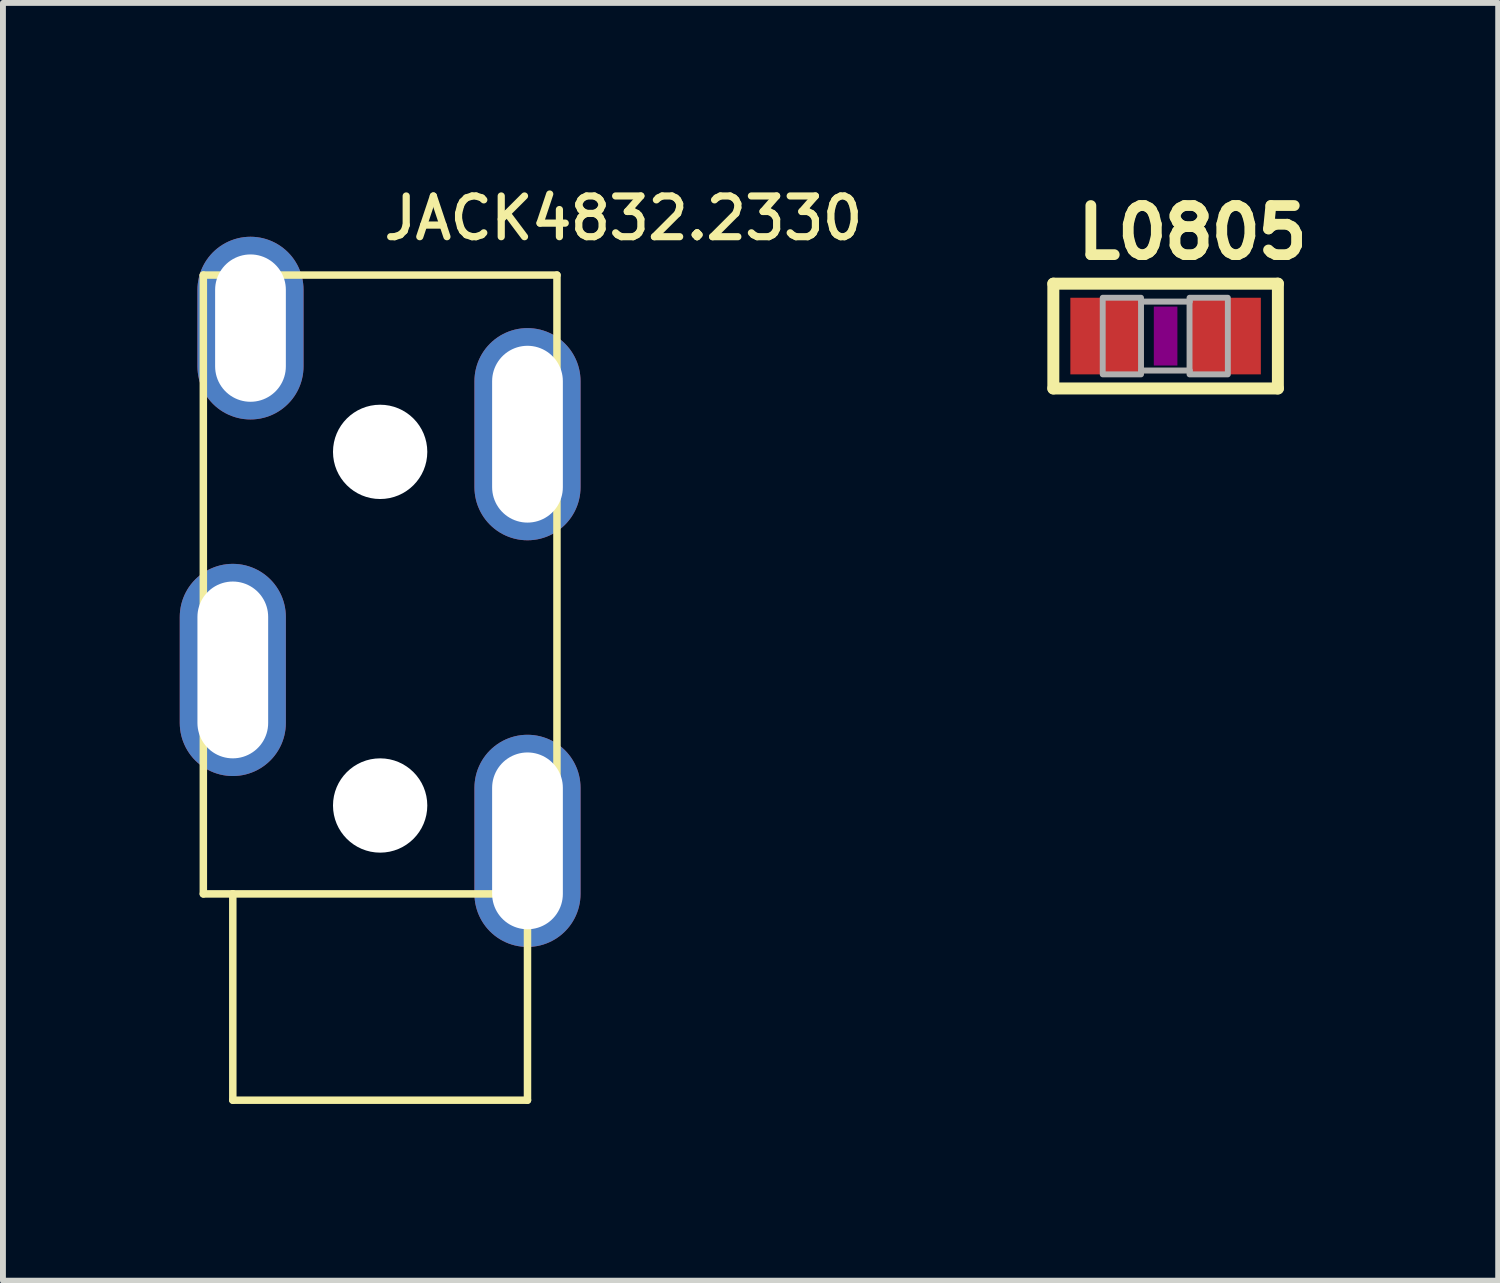
<source format=kicad_pcb>
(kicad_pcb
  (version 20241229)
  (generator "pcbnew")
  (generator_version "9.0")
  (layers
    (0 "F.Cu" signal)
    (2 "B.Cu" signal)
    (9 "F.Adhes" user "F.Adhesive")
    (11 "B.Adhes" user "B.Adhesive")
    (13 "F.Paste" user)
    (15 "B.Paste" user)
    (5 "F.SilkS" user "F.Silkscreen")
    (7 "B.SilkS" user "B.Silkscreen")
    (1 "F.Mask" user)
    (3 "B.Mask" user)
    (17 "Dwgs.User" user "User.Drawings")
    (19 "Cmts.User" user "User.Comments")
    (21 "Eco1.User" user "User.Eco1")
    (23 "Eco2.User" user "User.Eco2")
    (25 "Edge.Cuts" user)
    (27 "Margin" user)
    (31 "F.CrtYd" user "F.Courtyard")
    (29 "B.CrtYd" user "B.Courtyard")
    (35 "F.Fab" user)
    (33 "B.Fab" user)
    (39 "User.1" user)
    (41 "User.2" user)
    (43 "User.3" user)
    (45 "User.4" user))
  (footprint "JACK4832.2330"
    (layer "F.Cu")
    (at 3.4 11.217)
    (property "Reference" "JACK4832.2330" (at 0 -10.16 0) (unlocked yes) (layer "F.SilkS") (effects (font (size 0.691 0.691) (thickness 0.122)) (justify left bottom)))
    (fp_line (start -3 -9.6) (end 3 -9.6) (stroke (width 0.127) (type solid)) (layer "F.SilkS"))
    (fp_line (start -3 0.9) (end -3 -9.6) (stroke (width 0.127) (type solid)) (layer "F.SilkS"))
    (fp_line (start -2.5 0.9) (end -3 0.9) (stroke (width 0.127) (type solid)) (layer "F.SilkS"))
    (fp_line (start -2.5 4.4) (end -2.5 0.9) (stroke (width 0.127) (type solid)) (layer "F.SilkS"))
    (fp_line (start 2.5 0.9) (end -2.5 0.9) (stroke (width 0.127) (type solid)) (layer "F.SilkS"))
    (fp_line (start 2.5 0.9) (end 2.5 4.4) (stroke (width 0.127) (type solid)) (layer "F.SilkS"))
    (fp_line (start 2.5 4.4) (end -2.5 4.4) (stroke (width 0.127) (type solid)) (layer "F.SilkS"))
    (fp_line (start 3 -9.6) (end 3 0.9) (stroke (width 0.127) (type solid)) (layer "F.SilkS"))
    (fp_line (start 3 0.9) (end 2.5 0.9) (stroke (width 0.127) (type solid)) (layer "F.SilkS"))
    (pad "" np_thru_hole circle (at 0 -6.6) (size 1.6 1.6) (drill 1.6) (layers "*.Cu" "*.Mask"))
    (pad "" np_thru_hole circle (at 0 -0.6) (size 1.6 1.6) (drill 1.6) (layers "*.Cu" "*.Mask"))
    (pad "R" thru_hole oval (at -2.5 -2.9 90) (size 3.6 1.8) (drill oval 3 1.2) (layers "*.Cu" "*.Mask"))
    (pad "S" thru_hole oval (at 2.5 0 90) (size 3.6 1.8) (drill oval 3 1.2) (layers "*.Cu" "*.Mask"))
    (pad "SW" thru_hole oval (at -2.2 -8.7 90) (size 3.1 1.8) (drill oval 2.5 1.2) (layers "*.Cu" "*.Mask"))
    (pad "T" thru_hole oval (at 2.5 -6.9 90) (size 3.6 1.8) (drill oval 3 1.2) (layers "*.Cu" "*.Mask")))
  (footprint "L0805"
    (layer "F.Cu")
    (at 16.727 2.652)
    (property "Reference" "L0805" (at -1.587 -1.27 0) (unlocked yes) (layer "F.SilkS") (effects (font (size 0.833 0.833) (thickness 0.183)) (justify left bottom)))
    (fp_line (start -1.905 -0.889) (end 1.905 -0.889) (stroke (width 0.203) (type solid)) (layer "F.SilkS"))
    (fp_line (start -1.905 0.889) (end -1.905 -0.889) (stroke (width 0.203) (type solid)) (layer "F.SilkS"))
    (fp_line (start 1.905 -0.889) (end 1.905 0.889) (stroke (width 0.203) (type solid)) (layer "F.SilkS"))
    (fp_line (start 1.905 0.889) (end -1.905 0.889) (stroke (width 0.203) (type solid)) (layer "F.SilkS"))
    (fp_poly (pts (xy -0.2 0.5) (xy 0.2 0.5) (xy 0.2 -0.5) (xy -0.2 -0.5)) (stroke (width 0) (type default)) (fill yes) (layer "F.Adhes"))
    (fp_line (start -0.41 -0.585) (end 0.41 -0.585) (stroke (width 0.102) (type solid)) (layer "F.Fab"))
    (fp_line (start -0.41 0.585) (end 0.41 0.585) (stroke (width 0.102) (type solid)) (layer "F.Fab"))
    (fp_poly (pts (xy -1.067 0.65) (xy -0.417 0.65) (xy -0.417 -0.65) (xy -1.067 -0.65)) (stroke (width 0.1) (type default)) (fill no) (layer "F.Fab"))
    (fp_poly (pts (xy 0.406 0.65) (xy 1.056 0.65) (xy 1.056 -0.65) (xy 0.406 -0.65)) (stroke (width 0.1) (type default)) (fill no) (layer "F.Fab"))
    (pad "1" smd rect (at -1.016 0) (size 1.2 1.3) (layers "F.Cu" "F.Mask" "F.Paste"))
    (pad "2" smd rect (at 1.016 0) (size 1.2 1.3) (layers "F.Cu" "F.Mask" "F.Paste")))
  (gr_rect
    (start -3 -3)
    (end 22.37 18.68)
    (stroke (width 0.1) (type default))
    (fill no)
    (layer "Edge.Cuts")))
</source>
